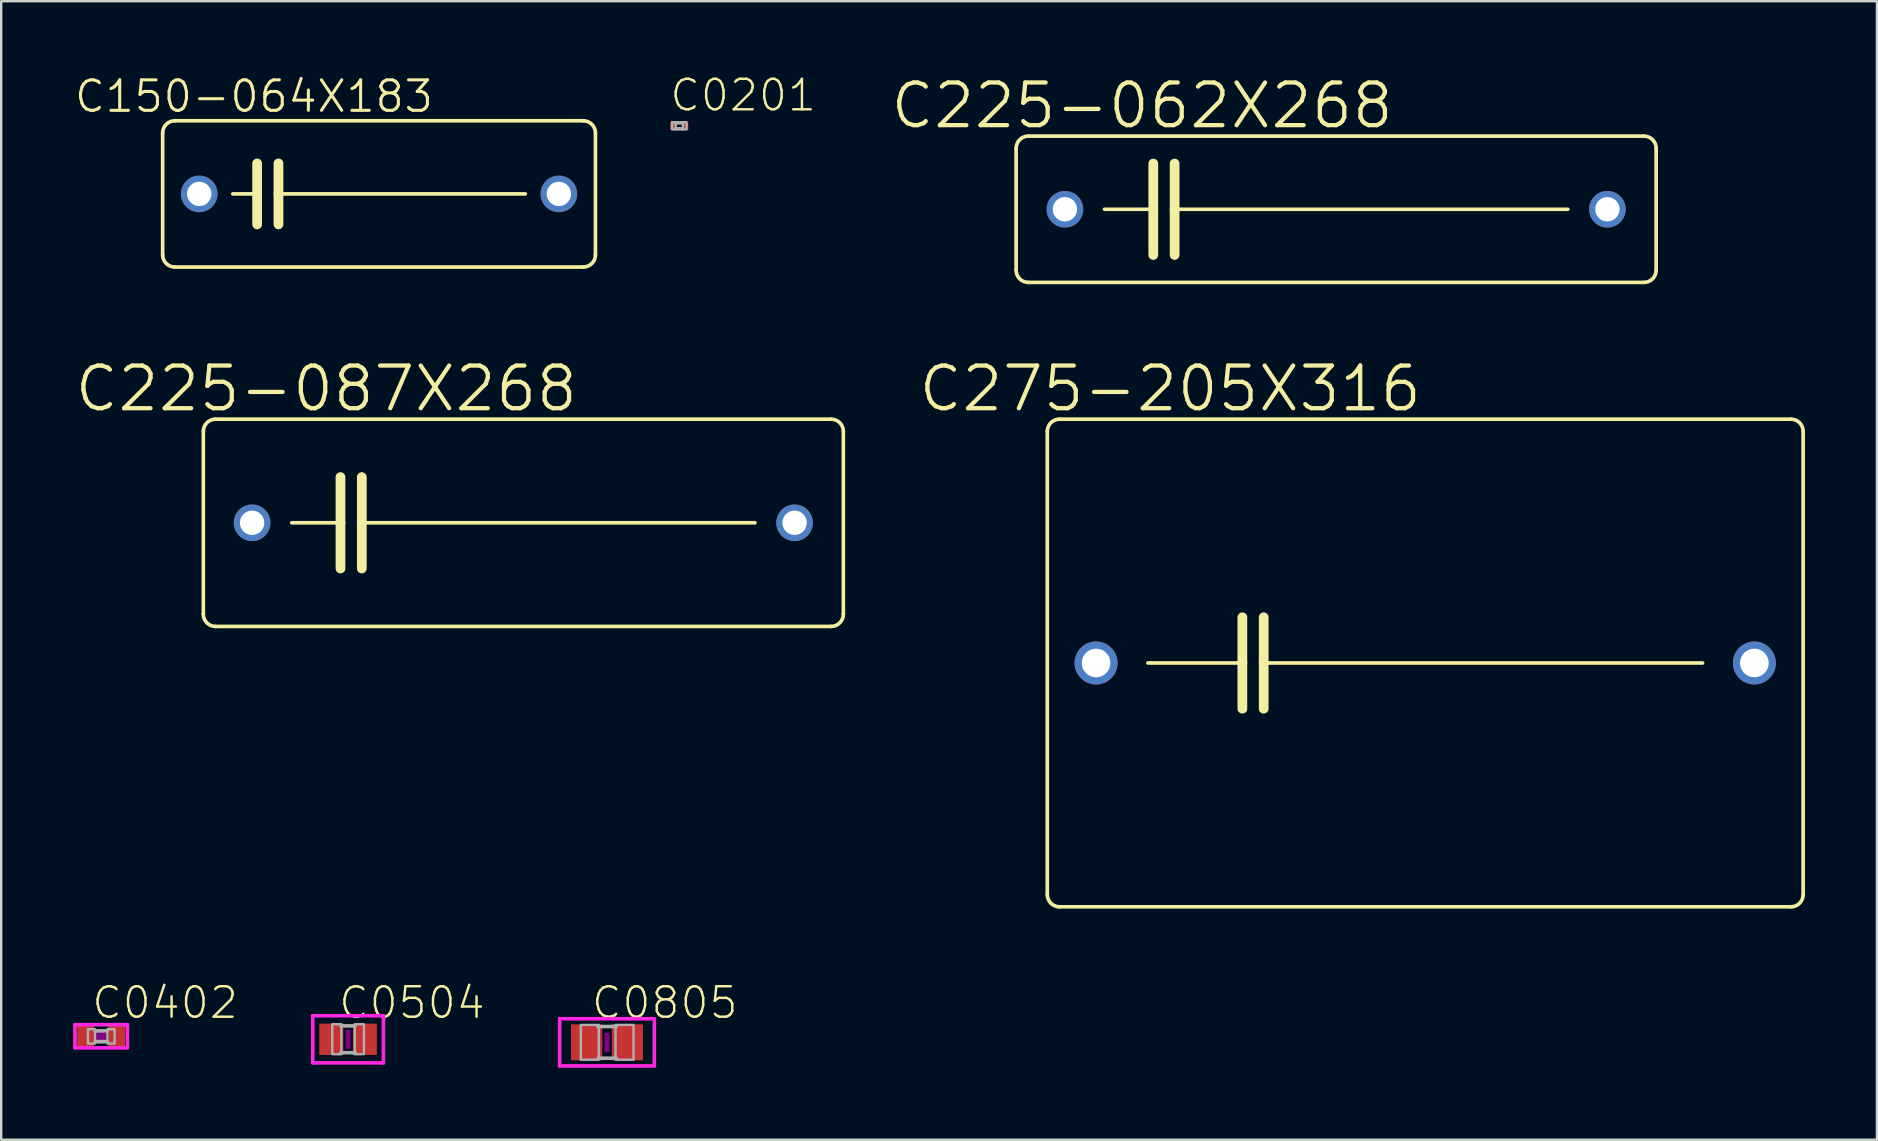
<source format=kicad_pcb>
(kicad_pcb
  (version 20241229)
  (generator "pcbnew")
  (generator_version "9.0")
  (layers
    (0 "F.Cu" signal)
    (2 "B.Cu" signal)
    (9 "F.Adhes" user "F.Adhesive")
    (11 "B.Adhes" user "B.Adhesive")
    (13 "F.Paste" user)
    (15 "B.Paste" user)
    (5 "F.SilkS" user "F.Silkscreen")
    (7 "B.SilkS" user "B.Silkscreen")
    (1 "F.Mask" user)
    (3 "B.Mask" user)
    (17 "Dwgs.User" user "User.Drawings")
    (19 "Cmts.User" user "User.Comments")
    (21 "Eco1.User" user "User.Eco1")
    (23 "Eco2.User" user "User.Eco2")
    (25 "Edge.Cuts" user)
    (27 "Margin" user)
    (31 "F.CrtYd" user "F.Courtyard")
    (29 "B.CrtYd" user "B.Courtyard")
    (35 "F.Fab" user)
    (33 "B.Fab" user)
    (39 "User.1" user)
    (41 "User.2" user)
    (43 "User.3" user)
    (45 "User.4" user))
  (footprint "C0504"
    (layer "F.Cu")
    (at 11.455 40.258)
    (property "Reference" "C0504" (at 2.661 -1.524 0) (layer "F.SilkS") (effects (font (size 1.27 1.27) (thickness 0.102))))
    (attr through_hole)
    (fp_poly (pts (xy -0.1 -0.4) (xy 0.1 -0.4) (xy 0.1 0.4) (xy -0.1 0.4)) (stroke (width 0) (type solid)) (fill yes) (layer "F.Adhes"))
    (fp_line (start -1.473 -0.983) (end 1.473 -0.983) (stroke (width 0.15) (type solid)) (layer "F.CrtYd"))
    (fp_line (start -1.473 0.983) (end -1.473 -0.983) (stroke (width 0.15) (type solid)) (layer "F.CrtYd"))
    (fp_line (start 1.473 -0.983) (end 1.473 0.983) (stroke (width 0.15) (type solid)) (layer "F.CrtYd"))
    (fp_line (start 1.473 0.983) (end -1.473 0.983) (stroke (width 0.15) (type solid)) (layer "F.CrtYd"))
    (fp_line (start -0.294 -0.559) (end 0.294 -0.559) (stroke (width 0.15) (type solid)) (layer "F.Fab"))
    (fp_line (start -0.294 0.559) (end 0.294 0.559) (stroke (width 0.15) (type solid)) (layer "F.Fab"))
    (fp_poly (pts (xy -0.66 -0.628) (xy -0.28 -0.628) (xy -0.28 0.622) (xy -0.66 0.622)) (stroke (width 0.1) (type solid)) (fill no) (layer "F.Fab"))
    (fp_poly (pts (xy 0.279 -0.628) (xy 0.659 -0.628) (xy 0.659 0.622) (xy 0.279 0.622)) (stroke (width 0.1) (type solid)) (fill no) (layer "F.Fab"))
    (pad "1" smd rect (at -0.7 0) (size 1 1.3) (layers "F.Cu" "F.Mask" "F.Paste"))
    (pad "2" smd rect (at 0.7 0) (size 1 1.3) (layers "F.Cu" "F.Mask" "F.Paste")))
  (footprint "C225-087X268"
    (layer "F.Cu")
    (at 18.758 18.735)
    (property "Reference" "C225-087X268" (at -8.213 -5.588 0) (layer "F.SilkS") (effects (font (size 1.778 1.778) (thickness 0.178))))
    (attr through_hole)
    (fp_line (start -13.335 3.81) (end -13.335 -3.81) (stroke (width 0.152) (type solid)) (layer "F.SilkS"))
    (fp_line (start -12.827 -4.318) (end 12.827 -4.318) (stroke (width 0.152) (type solid)) (layer "F.SilkS"))
    (fp_line (start -9.652 0) (end -7.62 0) (stroke (width 0.152) (type solid)) (layer "F.SilkS"))
    (fp_line (start -7.62 -1.905) (end -7.62 0) (stroke (width 0.406) (type solid)) (layer "F.SilkS"))
    (fp_line (start -7.62 0) (end -7.62 1.905) (stroke (width 0.406) (type solid)) (layer "F.SilkS"))
    (fp_line (start -6.731 -1.905) (end -6.731 0) (stroke (width 0.406) (type solid)) (layer "F.SilkS"))
    (fp_line (start -6.731 0) (end -6.731 1.905) (stroke (width 0.406) (type solid)) (layer "F.SilkS"))
    (fp_line (start -6.731 0) (end 9.652 0) (stroke (width 0.152) (type solid)) (layer "F.SilkS"))
    (fp_line (start 12.827 4.318) (end -12.827 4.318) (stroke (width 0.152) (type solid)) (layer "F.SilkS"))
    (fp_line (start 13.335 -3.81) (end 13.335 3.81) (stroke (width 0.152) (type solid)) (layer "F.SilkS"))
    (fp_arc (start -13.335 -3.81) (mid -13.18621 -4.16921) (end -12.827 -4.318) (stroke (width 0.1524) (type solid)) (layer "F.SilkS"))
    (fp_arc (start -12.827 4.318) (mid -13.18621 4.16921) (end -13.335 3.81) (stroke (width 0.1524) (type solid)) (layer "F.SilkS"))
    (fp_arc (start 12.827 -4.318) (mid 13.18621 -4.16921) (end 13.335 -3.81) (stroke (width 0.1524) (type solid)) (layer "F.SilkS"))
    (fp_arc (start 13.335 3.81) (mid 13.18621 4.16921) (end 12.827 4.318) (stroke (width 0.1524) (type solid)) (layer "F.SilkS"))
    (pad "1" thru_hole circle (at -11.303 0) (size 1.524 1.524) (drill 1.016) (layers "*.Cu" "*.Mask"))
    (pad "2" thru_hole circle (at 11.303 0) (size 1.524 1.524) (drill 1.016) (layers "*.Cu" "*.Mask")))
  (footprint "C150-064X183"
    (layer "F.Cu")
    (at 12.745 5.03)
    (property "Reference" "C150-064X183" (at -5.213 -4.064 0) (layer "F.SilkS") (effects (font (size 1.27 1.27) (thickness 0.127))))
    (attr through_hole)
    (fp_line (start -9.017 2.54) (end -9.017 -2.54) (stroke (width 0.152) (type solid)) (layer "F.SilkS"))
    (fp_line (start -8.509 -3.048) (end 8.509 -3.048) (stroke (width 0.152) (type solid)) (layer "F.SilkS"))
    (fp_line (start -5.08 -1.27) (end -5.08 0) (stroke (width 0.406) (type solid)) (layer "F.SilkS"))
    (fp_line (start -5.08 0) (end -6.096 0) (stroke (width 0.152) (type solid)) (layer "F.SilkS"))
    (fp_line (start -5.08 0) (end -5.08 1.27) (stroke (width 0.406) (type solid)) (layer "F.SilkS"))
    (fp_line (start -4.191 -1.27) (end -4.191 0) (stroke (width 0.406) (type solid)) (layer "F.SilkS"))
    (fp_line (start -4.191 0) (end -4.191 1.27) (stroke (width 0.406) (type solid)) (layer "F.SilkS"))
    (fp_line (start -4.191 0) (end 6.096 0) (stroke (width 0.152) (type solid)) (layer "F.SilkS"))
    (fp_line (start 8.509 3.048) (end -8.509 3.048) (stroke (width 0.152) (type solid)) (layer "F.SilkS"))
    (fp_line (start 9.017 -2.54) (end 9.017 2.54) (stroke (width 0.152) (type solid)) (layer "F.SilkS"))
    (fp_arc (start -9.017 -2.54) (mid -8.868211 -2.89921) (end -8.509001 -3.047999) (stroke (width 0.1524) (type solid)) (layer "F.SilkS"))
    (fp_arc (start -8.509001 3.047999) (mid -8.868211 2.89921) (end -9.017 2.54) (stroke (width 0.1524) (type solid)) (layer "F.SilkS"))
    (fp_arc (start 8.509 -3.048) (mid 8.868211 -2.899211) (end 9.017001 -2.540001) (stroke (width 0.1524) (type solid)) (layer "F.SilkS"))
    (fp_arc (start 9.017001 2.540001) (mid 8.868211 2.899211) (end 8.509 3.048) (stroke (width 0.1524) (type solid)) (layer "F.SilkS"))
    (pad "1" thru_hole circle (at -7.493 0) (size 1.524 1.524) (drill 1.016) (layers "*.Cu" "*.Mask"))
    (pad "2" thru_hole circle (at 7.493 0) (size 1.524 1.524) (drill 1.016) (layers "*.Cu" "*.Mask")))
  (footprint "C0805"
    (layer "F.Cu")
    (at 22.244 40.385)
    (property "Reference" "C0805" (at 2.407 -1.651 0) (layer "F.SilkS") (effects (font (size 1.27 1.27) (thickness 0.102))))
    (attr through_hole)
    (fp_poly (pts (xy -0.1 -0.4) (xy 0.1 -0.4) (xy 0.1 0.4) (xy -0.1 0.4)) (stroke (width 0) (type solid)) (fill yes) (layer "F.Adhes"))
    (fp_line (start -1.973 -0.983) (end 1.973 -0.983) (stroke (width 0.15) (type solid)) (layer "F.CrtYd"))
    (fp_line (start -1.973 0.983) (end -1.973 -0.983) (stroke (width 0.15) (type solid)) (layer "F.CrtYd"))
    (fp_line (start 1.973 -0.983) (end 1.973 0.983) (stroke (width 0.15) (type solid)) (layer "F.CrtYd"))
    (fp_line (start 1.973 0.983) (end -1.973 0.983) (stroke (width 0.15) (type solid)) (layer "F.CrtYd"))
    (fp_line (start -0.381 -0.66) (end 0.381 -0.66) (stroke (width 0.15) (type solid)) (layer "F.Fab"))
    (fp_line (start -0.356 0.66) (end 0.381 0.66) (stroke (width 0.15) (type solid)) (layer "F.Fab"))
    (fp_poly (pts (xy -1.092 -0.726) (xy -0.342 -0.726) (xy -0.342 0.724) (xy -1.092 0.724)) (stroke (width 0.1) (type solid)) (fill no) (layer "F.Fab"))
    (fp_poly (pts (xy 0.356 -0.726) (xy 1.106 -0.726) (xy 1.106 0.724) (xy 0.356 0.724)) (stroke (width 0.1) (type solid)) (fill no) (layer "F.Fab"))
    (pad "1" smd rect (at -0.85 0) (size 1.3 1.5) (layers "F.Cu" "F.Mask" "F.Paste"))
    (pad "2" smd rect (at 0.85 0) (size 1.3 1.5) (layers "F.Cu" "F.Mask" "F.Paste")))
  (footprint "C0201"
    (layer "F.Cu")
    (at 25.257 2.191)
    (property "Reference" "C0201" (at 2.661 -1.27 0) (layer "F.SilkS") (effects (font (size 1.27 1.27) (thickness 0.102))))
    (attr through_hole)
    (fp_poly (pts (xy -0.3 -0.15) (xy -0.15 -0.15) (xy -0.15 0.15) (xy -0.3 0.15)) (stroke (width 0.1) (type solid)) (fill no) (layer "F.Fab"))
    (fp_poly (pts (xy -0.15 -0.15) (xy 0.15 -0.15) (xy 0.15 -0.1) (xy -0.15 -0.1)) (stroke (width 0.1) (type solid)) (fill no) (layer "F.Fab"))
    (fp_poly (pts (xy -0.15 0.1) (xy 0.15 0.1) (xy 0.15 0.15) (xy -0.15 0.15)) (stroke (width 0.1) (type solid)) (fill no) (layer "F.Fab"))
    (fp_poly (pts (xy 0.15 -0.15) (xy 0.3 -0.15) (xy 0.3 0.15) (xy 0.15 0.15)) (stroke (width 0.1) (type solid)) (fill no) (layer "F.Fab"))
    (pad "1" smd rect (at -0.25 0) (size 0.25 0.35) (layers "F.Cu" "F.Mask" "F.Paste"))
    (pad "2" smd rect (at 0.25 0) (size 0.25 0.35) (layers "F.Cu" "F.Mask" "F.Paste")))
  (footprint "C225-062X268"
    (layer "F.Cu")
    (at 52.628 5.67)
    (property "Reference" "C225-062X268" (at -8.086 -4.318 0) (layer "F.SilkS") (effects (font (size 1.778 1.778) (thickness 0.178))))
    (attr through_hole)
    (fp_line (start -13.335 2.54) (end -13.335 -2.54) (stroke (width 0.152) (type solid)) (layer "F.SilkS"))
    (fp_line (start -12.827 -3.048) (end 12.827 -3.048) (stroke (width 0.152) (type solid)) (layer "F.SilkS"))
    (fp_line (start -9.652 0) (end -7.62 0) (stroke (width 0.152) (type solid)) (layer "F.SilkS"))
    (fp_line (start -7.62 -1.905) (end -7.62 0) (stroke (width 0.406) (type solid)) (layer "F.SilkS"))
    (fp_line (start -7.62 0) (end -7.62 1.905) (stroke (width 0.406) (type solid)) (layer "F.SilkS"))
    (fp_line (start -6.731 -1.905) (end -6.731 0) (stroke (width 0.406) (type solid)) (layer "F.SilkS"))
    (fp_line (start -6.731 0) (end -6.731 1.905) (stroke (width 0.406) (type solid)) (layer "F.SilkS"))
    (fp_line (start -6.731 0) (end 9.652 0) (stroke (width 0.152) (type solid)) (layer "F.SilkS"))
    (fp_line (start 12.827 3.048) (end -12.827 3.048) (stroke (width 0.152) (type solid)) (layer "F.SilkS"))
    (fp_line (start 13.335 -2.54) (end 13.335 2.54) (stroke (width 0.152) (type solid)) (layer "F.SilkS"))
    (fp_arc (start -13.335 -2.54) (mid -13.18621 -2.89921) (end -12.827 -3.048) (stroke (width 0.1524) (type solid)) (layer "F.SilkS"))
    (fp_arc (start -12.827 3.048) (mid -13.18621 2.89921) (end -13.335 2.54) (stroke (width 0.1524) (type solid)) (layer "F.SilkS"))
    (fp_arc (start 12.827 -3.048) (mid 13.18621 -2.89921) (end 13.335 -2.54) (stroke (width 0.1524) (type solid)) (layer "F.SilkS"))
    (fp_arc (start 13.335 2.54) (mid 13.18621 2.89921) (end 12.827 3.048) (stroke (width 0.1524) (type solid)) (layer "F.SilkS"))
    (pad "1" thru_hole circle (at -11.303 0) (size 1.524 1.524) (drill 1.016) (layers "*.Cu" "*.Mask"))
    (pad "2" thru_hole circle (at 11.303 0) (size 1.524 1.524) (drill 1.016) (layers "*.Cu" "*.Mask")))
  (footprint "C275-205X316"
    (layer "F.Cu")
    (at 56.34 24.577)
    (property "Reference" "C275-205X316" (at -10.626 -11.43 0) (layer "F.SilkS") (effects (font (size 1.778 1.778) (thickness 0.178))))
    (attr through_hole)
    (fp_line (start -15.748 9.652) (end -15.748 -9.652) (stroke (width 0.152) (type solid)) (layer "F.SilkS"))
    (fp_line (start -15.24 -10.16) (end 15.24 -10.16) (stroke (width 0.152) (type solid)) (layer "F.SilkS"))
    (fp_line (start -11.557 0) (end -7.62 0) (stroke (width 0.152) (type solid)) (layer "F.SilkS"))
    (fp_line (start -7.62 -1.905) (end -7.62 0) (stroke (width 0.406) (type solid)) (layer "F.SilkS"))
    (fp_line (start -7.62 0) (end -7.62 1.905) (stroke (width 0.406) (type solid)) (layer "F.SilkS"))
    (fp_line (start -6.731 -1.905) (end -6.731 0) (stroke (width 0.406) (type solid)) (layer "F.SilkS"))
    (fp_line (start -6.731 0) (end -6.731 1.905) (stroke (width 0.406) (type solid)) (layer "F.SilkS"))
    (fp_line (start -6.731 0) (end 11.557 0) (stroke (width 0.152) (type solid)) (layer "F.SilkS"))
    (fp_line (start 15.24 10.16) (end -15.24 10.16) (stroke (width 0.152) (type solid)) (layer "F.SilkS"))
    (fp_line (start 15.748 -9.652) (end 15.748 9.652) (stroke (width 0.152) (type solid)) (layer "F.SilkS"))
    (fp_arc (start -15.748 -9.652) (mid -15.59921 -10.01121) (end -15.24 -10.16) (stroke (width 0.1524) (type solid)) (layer "F.SilkS"))
    (fp_arc (start -15.24 10.16) (mid -15.59921 10.01121) (end -15.748 9.652) (stroke (width 0.1524) (type solid)) (layer "F.SilkS"))
    (fp_arc (start 15.24 -10.16) (mid 15.59921 -10.01121) (end 15.748 -9.652) (stroke (width 0.1524) (type solid)) (layer "F.SilkS"))
    (fp_arc (start 15.748 9.652) (mid 15.59921 10.01121) (end 15.24 10.16) (stroke (width 0.1524) (type solid)) (layer "F.SilkS"))
    (pad "1" thru_hole circle (at -13.716 0) (size 1.791 1.791) (drill 1.194) (layers "*.Cu" "*.Mask"))
    (pad "2" thru_hole circle (at 13.716 0) (size 1.791 1.791) (drill 1.194) (layers "*.Cu" "*.Mask")))
  (footprint "C0402"
    (layer "F.Cu")
    (at 1.167 40.131)
    (property "Reference" "C0402" (at 2.661 -1.397 0) (layer "F.SilkS") (effects (font (size 1.27 1.27) (thickness 0.102))))
    (attr through_hole)
    (fp_poly (pts (xy -0.2 -0.3) (xy 0.2 -0.3) (xy 0.2 0.3) (xy -0.2 0.3)) (stroke (width 0) (type solid)) (fill yes) (layer "F.Adhes"))
    (fp_line (start -1.092 -0.483) (end 1.092 -0.483) (stroke (width 0.15) (type solid)) (layer "F.CrtYd"))
    (fp_line (start -1.092 0.483) (end -1.092 -0.483) (stroke (width 0.15) (type solid)) (layer "F.CrtYd"))
    (fp_line (start 1.092 -0.483) (end 1.092 0.483) (stroke (width 0.15) (type solid)) (layer "F.CrtYd"))
    (fp_line (start 1.092 0.483) (end -1.092 0.483) (stroke (width 0.15) (type solid)) (layer "F.CrtYd"))
    (fp_line (start -0.245 -0.224) (end 0.245 -0.224) (stroke (width 0.152) (type solid)) (layer "F.Fab"))
    (fp_line (start 0.245 0.224) (end -0.245 0.224) (stroke (width 0.152) (type solid)) (layer "F.Fab"))
    (fp_poly (pts (xy -0.554 -0.295) (xy -0.254 -0.295) (xy -0.254 0.305) (xy -0.554 0.305)) (stroke (width 0.1) (type solid)) (fill no) (layer "F.Fab"))
    (fp_poly (pts (xy 0.259 -0.295) (xy 0.559 -0.295) (xy 0.559 0.305) (xy 0.259 0.305)) (stroke (width 0.1) (type solid)) (fill no) (layer "F.Fab"))
    (pad "1" smd rect (at -0.65 0) (size 0.7 0.9) (layers "F.Cu" "F.Mask" "F.Paste"))
    (pad "2" smd rect (at 0.65 0) (size 0.7 0.9) (layers "F.Cu" "F.Mask" "F.Paste")))
  (gr_rect
    (start -3 -3)
    (end 75.164 44.443)
    (stroke (width 0.1) (type default))
    (fill no)
    (layer "Edge.Cuts")))
</source>
